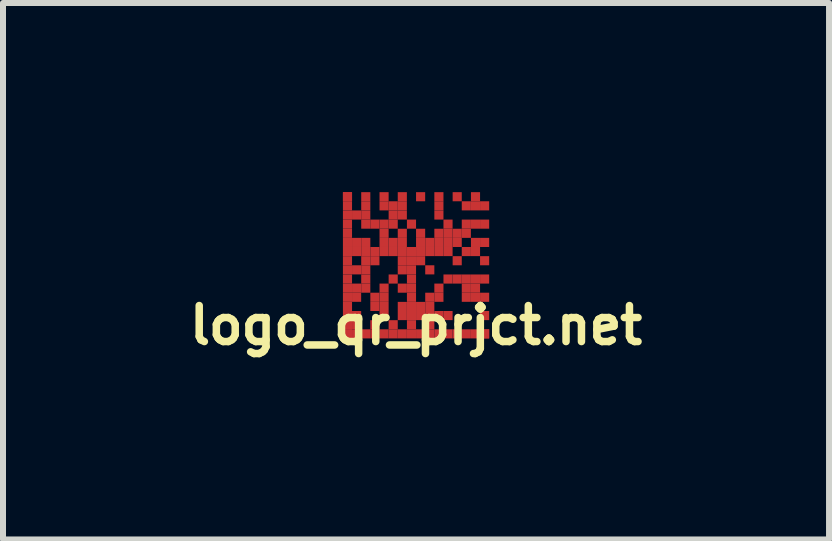
<source format=kicad_pcb>
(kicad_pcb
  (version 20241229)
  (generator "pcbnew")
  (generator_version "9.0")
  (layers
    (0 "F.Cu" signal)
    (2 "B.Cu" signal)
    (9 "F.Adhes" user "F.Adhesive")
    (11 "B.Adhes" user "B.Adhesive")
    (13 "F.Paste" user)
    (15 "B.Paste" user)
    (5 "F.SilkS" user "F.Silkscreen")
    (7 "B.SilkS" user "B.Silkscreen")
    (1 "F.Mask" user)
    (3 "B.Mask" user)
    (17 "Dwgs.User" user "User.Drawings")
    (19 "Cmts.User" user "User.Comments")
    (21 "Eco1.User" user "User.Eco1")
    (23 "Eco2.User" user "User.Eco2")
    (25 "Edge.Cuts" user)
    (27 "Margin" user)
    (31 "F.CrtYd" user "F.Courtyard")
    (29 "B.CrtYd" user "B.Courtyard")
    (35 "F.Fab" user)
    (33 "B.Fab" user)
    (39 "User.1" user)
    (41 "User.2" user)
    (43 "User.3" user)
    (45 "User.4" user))
  (footprint "logo_qr_prjct.net"
    (layer "F.Cu")
    (at 3.885 1.372)
    (property "Reference" "logo_qr_prjct.net" (at 0 1 0) (layer "F.SilkS") (effects (font (size 0.6 0.6) (thickness 0.125))))
    (attr through_hole)
    (pad "" smd rect (at -1.143 -1.143) (size 0.152 0.152) (layers "F.Cu"))
    (pad "" smd rect (at -1.143 -1.143) (size 0.152 0.152) (layers "F.Cu"))
    (pad "" smd rect (at -1.143 -0.991) (size 0.152 0.152) (layers "F.Cu"))
    (pad "" smd rect (at -1.143 -0.838) (size 0.152 0.152) (layers "F.Cu"))
    (pad "" smd rect (at -1.143 -0.686) (size 0.152 0.152) (layers "F.Cu"))
    (pad "" smd rect (at -1.143 -0.533) (size 0.152 0.152) (layers "F.Cu"))
    (pad "" smd rect (at -1.143 -0.381) (size 0.152 0.152) (layers "F.Cu"))
    (pad "" smd rect (at -1.143 -0.229) (size 0.152 0.152) (layers "F.Cu"))
    (pad "" smd rect (at -1.143 -0.076) (size 0.152 0.152) (layers "F.Cu"))
    (pad "" smd rect (at -1.143 0.076) (size 0.152 0.152) (layers "F.Cu"))
    (pad "" smd rect (at -1.143 0.229) (size 0.152 0.152) (layers "F.Cu"))
    (pad "" smd rect (at -1.143 0.381) (size 0.152 0.152) (layers "F.Cu"))
    (pad "" smd rect (at -1.143 0.533) (size 0.152 0.152) (layers "F.Cu"))
    (pad "" smd rect (at -1.143 0.686) (size 0.152 0.152) (layers "F.Cu"))
    (pad "" smd rect (at -1.143 0.838) (size 0.152 0.152) (layers "F.Cu"))
    (pad "" smd rect (at -1.143 0.991) (size 0.152 0.152) (layers "F.Cu"))
    (pad "" smd rect (at -1.143 1.143) (size 0.152 0.152) (layers "F.Cu"))
    (pad "" smd rect (at -1.143 1.143) (size 0.152 0.152) (layers "F.Cu"))
    (pad "" smd rect (at -0.991 -0.838) (size 0.152 0.152) (layers "F.Cu"))
    (pad "" smd rect (at -0.991 -0.381) (size 0.152 0.152) (layers "F.Cu"))
    (pad "" smd rect (at -0.991 -0.229) (size 0.152 0.152) (layers "F.Cu"))
    (pad "" smd rect (at -0.991 0.076) (size 0.152 0.152) (layers "F.Cu"))
    (pad "" smd rect (at -0.991 0.381) (size 0.152 0.152) (layers "F.Cu"))
    (pad "" smd rect (at -0.991 0.533) (size 0.152 0.152) (layers "F.Cu"))
    (pad "" smd rect (at -0.991 0.838) (size 0.152 0.152) (layers "F.Cu"))
    (pad "" smd rect (at -0.991 0.991) (size 0.152 0.152) (layers "F.Cu"))
    (pad "" smd rect (at -0.991 1.143) (size 0.152 0.152) (layers "F.Cu"))
    (pad "" smd rect (at -0.838 -1.143) (size 0.152 0.152) (layers "F.Cu"))
    (pad "" smd rect (at -0.838 -0.991) (size 0.152 0.152) (layers "F.Cu"))
    (pad "" smd rect (at -0.838 -0.838) (size 0.152 0.152) (layers "F.Cu"))
    (pad "" smd rect (at -0.838 -0.686) (size 0.152 0.152) (layers "F.Cu"))
    (pad "" smd rect (at -0.838 -0.381) (size 0.152 0.152) (layers "F.Cu"))
    (pad "" smd rect (at -0.838 -0.229) (size 0.152 0.152) (layers "F.Cu"))
    (pad "" smd rect (at -0.838 -0.076) (size 0.152 0.152) (layers "F.Cu"))
    (pad "" smd rect (at -0.838 0.076) (size 0.152 0.152) (layers "F.Cu"))
    (pad "" smd rect (at -0.838 0.229) (size 0.152 0.152) (layers "F.Cu"))
    (pad "" smd rect (at -0.838 0.381) (size 0.152 0.152) (layers "F.Cu"))
    (pad "" smd rect (at -0.838 1.143) (size 0.152 0.152) (layers "F.Cu"))
    (pad "" smd rect (at -0.686 -0.686) (size 0.152 0.152) (layers "F.Cu"))
    (pad "" smd rect (at -0.686 -0.229) (size 0.152 0.152) (layers "F.Cu"))
    (pad "" smd rect (at -0.686 -0.076) (size 0.152 0.152) (layers "F.Cu"))
    (pad "" smd rect (at -0.686 0.533) (size 0.152 0.152) (layers "F.Cu"))
    (pad "" smd rect (at -0.686 0.686) (size 0.152 0.152) (layers "F.Cu"))
    (pad "" smd rect (at -0.686 0.991) (size 0.152 0.152) (layers "F.Cu"))
    (pad "" smd rect (at -0.686 1.143) (size 0.152 0.152) (layers "F.Cu"))
    (pad "" smd rect (at -0.533 -1.143) (size 0.152 0.152) (layers "F.Cu"))
    (pad "" smd rect (at -0.533 -0.991) (size 0.152 0.152) (layers "F.Cu"))
    (pad "" smd rect (at -0.533 -0.686) (size 0.152 0.152) (layers "F.Cu"))
    (pad "" smd rect (at -0.533 -0.533) (size 0.152 0.152) (layers "F.Cu"))
    (pad "" smd rect (at -0.533 -0.381) (size 0.152 0.152) (layers "F.Cu"))
    (pad "" smd rect (at -0.533 -0.229) (size 0.152 0.152) (layers "F.Cu"))
    (pad "" smd rect (at -0.533 0.381) (size 0.152 0.152) (layers "F.Cu"))
    (pad "" smd rect (at -0.533 0.533) (size 0.152 0.152) (layers "F.Cu"))
    (pad "" smd rect (at -0.533 0.686) (size 0.152 0.152) (layers "F.Cu"))
    (pad "" smd rect (at -0.533 0.838) (size 0.152 0.152) (layers "F.Cu"))
    (pad "" smd rect (at -0.533 1.143) (size 0.152 0.152) (layers "F.Cu"))
    (pad "" smd rect (at -0.381 -0.991) (size 0.152 0.152) (layers "F.Cu"))
    (pad "" smd rect (at -0.381 -0.838) (size 0.152 0.152) (layers "F.Cu"))
    (pad "" smd rect (at -0.381 -0.686) (size 0.152 0.152) (layers "F.Cu"))
    (pad "" smd rect (at -0.381 -0.381) (size 0.152 0.152) (layers "F.Cu"))
    (pad "" smd rect (at -0.381 -0.229) (size 0.152 0.152) (layers "F.Cu"))
    (pad "" smd rect (at -0.381 0.229) (size 0.152 0.152) (layers "F.Cu"))
    (pad "" smd rect (at -0.381 0.991) (size 0.152 0.152) (layers "F.Cu"))
    (pad "" smd rect (at -0.381 1.143) (size 0.152 0.152) (layers "F.Cu"))
    (pad "" smd rect (at -0.229 -1.143) (size 0.152 0.152) (layers "F.Cu"))
    (pad "" smd rect (at -0.229 -0.991) (size 0.152 0.152) (layers "F.Cu"))
    (pad "" smd rect (at -0.229 -0.838) (size 0.152 0.152) (layers "F.Cu"))
    (pad "" smd rect (at -0.229 -0.533) (size 0.152 0.152) (layers "F.Cu"))
    (pad "" smd rect (at -0.229 -0.381) (size 0.152 0.152) (layers "F.Cu"))
    (pad "" smd rect (at -0.229 -0.229) (size 0.152 0.152) (layers "F.Cu"))
    (pad "" smd rect (at -0.229 -0.076) (size 0.152 0.152) (layers "F.Cu"))
    (pad "" smd rect (at -0.229 0.076) (size 0.152 0.152) (layers "F.Cu"))
    (pad "" smd rect (at -0.229 0.381) (size 0.152 0.152) (layers "F.Cu"))
    (pad "" smd rect (at -0.229 0.686) (size 0.152 0.152) (layers "F.Cu"))
    (pad "" smd rect (at -0.229 0.838) (size 0.152 0.152) (layers "F.Cu"))
    (pad "" smd rect (at -0.229 1.143) (size 0.152 0.152) (layers "F.Cu"))
    (pad "" smd rect (at -0.076 -0.686) (size 0.152 0.152) (layers "F.Cu"))
    (pad "" smd rect (at -0.076 -0.229) (size 0.152 0.152) (layers "F.Cu"))
    (pad "" smd rect (at -0.076 -0.076) (size 0.152 0.152) (layers "F.Cu"))
    (pad "" smd rect (at -0.076 0.076) (size 0.152 0.152) (layers "F.Cu"))
    (pad "" smd rect (at -0.076 0.229) (size 0.152 0.152) (layers "F.Cu"))
    (pad "" smd rect (at -0.076 0.381) (size 0.152 0.152) (layers "F.Cu"))
    (pad "" smd rect (at -0.076 0.533) (size 0.152 0.152) (layers "F.Cu"))
    (pad "" smd rect (at -0.076 0.686) (size 0.152 0.152) (layers "F.Cu"))
    (pad "" smd rect (at -0.076 0.838) (size 0.152 0.152) (layers "F.Cu"))
    (pad "" smd rect (at -0.076 0.991) (size 0.152 0.152) (layers "F.Cu"))
    (pad "" smd rect (at -0.076 1.143) (size 0.152 0.152) (layers "F.Cu"))
    (pad "" smd rect (at 0 0) (size 2.743 2.743) (layers "F.Mask"))
    (pad "" smd rect (at 0.076 -1.143) (size 0.152 0.152) (layers "F.Cu"))
    (pad "" smd rect (at 0.076 -0.533) (size 0.152 0.152) (layers "F.Cu"))
    (pad "" smd rect (at 0.076 -0.381) (size 0.152 0.152) (layers "F.Cu"))
    (pad "" smd rect (at 0.076 -0.229) (size 0.152 0.152) (layers "F.Cu"))
    (pad "" smd rect (at 0.076 -0.076) (size 0.152 0.152) (layers "F.Cu"))
    (pad "" smd rect (at 0.076 0.686) (size 0.152 0.152) (layers "F.Cu"))
    (pad "" smd rect (at 0.076 0.838) (size 0.152 0.152) (layers "F.Cu"))
    (pad "" smd rect (at 0.076 1.143) (size 0.152 0.152) (layers "F.Cu"))
    (pad "" smd rect (at 0.229 -0.381) (size 0.152 0.152) (layers "F.Cu"))
    (pad "" smd rect (at 0.229 -0.229) (size 0.152 0.152) (layers "F.Cu"))
    (pad "" smd rect (at 0.229 0.076) (size 0.152 0.152) (layers "F.Cu"))
    (pad "" smd rect (at 0.229 0.533) (size 0.152 0.152) (layers "F.Cu"))
    (pad "" smd rect (at 0.229 0.686) (size 0.152 0.152) (layers "F.Cu"))
    (pad "" smd rect (at 0.229 0.838) (size 0.152 0.152) (layers "F.Cu"))
    (pad "" smd rect (at 0.229 0.991) (size 0.152 0.152) (layers "F.Cu"))
    (pad "" smd rect (at 0.229 1.143) (size 0.152 0.152) (layers "F.Cu"))
    (pad "" smd rect (at 0.381 -1.143) (size 0.152 0.152) (layers "F.Cu"))
    (pad "" smd rect (at 0.381 -0.991) (size 0.152 0.152) (layers "F.Cu"))
    (pad "" smd rect (at 0.381 -0.838) (size 0.152 0.152) (layers "F.Cu"))
    (pad "" smd rect (at 0.381 -0.533) (size 0.152 0.152) (layers "F.Cu"))
    (pad "" smd rect (at 0.381 -0.381) (size 0.152 0.152) (layers "F.Cu"))
    (pad "" smd rect (at 0.381 -0.229) (size 0.152 0.152) (layers "F.Cu"))
    (pad "" smd rect (at 0.381 0.381) (size 0.152 0.152) (layers "F.Cu"))
    (pad "" smd rect (at 0.381 0.533) (size 0.152 0.152) (layers "F.Cu"))
    (pad "" smd rect (at 0.381 0.838) (size 0.152 0.152) (layers "F.Cu"))
    (pad "" smd rect (at 0.381 1.143) (size 0.152 0.152) (layers "F.Cu"))
    (pad "" smd rect (at 0.533 -0.686) (size 0.152 0.152) (layers "F.Cu"))
    (pad "" smd rect (at 0.533 -0.533) (size 0.152 0.152) (layers "F.Cu"))
    (pad "" smd rect (at 0.533 -0.381) (size 0.152 0.152) (layers "F.Cu"))
    (pad "" smd rect (at 0.533 -0.229) (size 0.152 0.152) (layers "F.Cu"))
    (pad "" smd rect (at 0.533 0.229) (size 0.152 0.152) (layers "F.Cu"))
    (pad "" smd rect (at 0.533 0.838) (size 0.152 0.152) (layers "F.Cu"))
    (pad "" smd rect (at 0.533 1.143) (size 0.152 0.152) (layers "F.Cu"))
    (pad "" smd rect (at 0.686 -1.143) (size 0.152 0.152) (layers "F.Cu"))
    (pad "" smd rect (at 0.686 -0.533) (size 0.152 0.152) (layers "F.Cu"))
    (pad "" smd rect (at 0.686 -0.381) (size 0.152 0.152) (layers "F.Cu"))
    (pad "" smd rect (at 0.686 -0.076) (size 0.152 0.152) (layers "F.Cu"))
    (pad "" smd rect (at 0.686 0.229) (size 0.152 0.152) (layers "F.Cu"))
    (pad "" smd rect (at 0.686 1.143) (size 0.152 0.152) (layers "F.Cu"))
    (pad "" smd rect (at 0.838 -0.991) (size 0.152 0.152) (layers "F.Cu"))
    (pad "" smd rect (at 0.838 -0.686) (size 0.152 0.152) (layers "F.Cu"))
    (pad "" smd rect (at 0.838 -0.533) (size 0.152 0.152) (layers "F.Cu"))
    (pad "" smd rect (at 0.838 -0.229) (size 0.152 0.152) (layers "F.Cu"))
    (pad "" smd rect (at 0.838 0.229) (size 0.152 0.152) (layers "F.Cu"))
    (pad "" smd rect (at 0.838 0.381) (size 0.152 0.152) (layers "F.Cu"))
    (pad "" smd rect (at 0.838 0.533) (size 0.152 0.152) (layers "F.Cu"))
    (pad "" smd rect (at 0.838 1.143) (size 0.152 0.152) (layers "F.Cu"))
    (pad "" smd rect (at 0.991 -1.143) (size 0.152 0.152) (layers "F.Cu"))
    (pad "" smd rect (at 0.991 -0.991) (size 0.152 0.152) (layers "F.Cu"))
    (pad "" smd rect (at 0.991 -0.686) (size 0.152 0.152) (layers "F.Cu"))
    (pad "" smd rect (at 0.991 -0.381) (size 0.152 0.152) (layers "F.Cu"))
    (pad "" smd rect (at 0.991 -0.229) (size 0.152 0.152) (layers "F.Cu"))
    (pad "" smd rect (at 0.991 0.229) (size 0.152 0.152) (layers "F.Cu"))
    (pad "" smd rect (at 0.991 0.381) (size 0.152 0.152) (layers "F.Cu"))
    (pad "" smd rect (at 0.991 0.533) (size 0.152 0.152) (layers "F.Cu"))
    (pad "" smd rect (at 0.991 1.143) (size 0.152 0.152) (layers "F.Cu"))
    (pad "" smd rect (at 1.143 -0.991) (size 0.152 0.152) (layers "F.Cu"))
    (pad "" smd rect (at 1.143 -0.686) (size 0.152 0.152) (layers "F.Cu"))
    (pad "" smd rect (at 1.143 -0.381) (size 0.152 0.152) (layers "F.Cu"))
    (pad "" smd rect (at 1.143 -0.076) (size 0.152 0.152) (layers "F.Cu"))
    (pad "" smd rect (at 1.143 0.229) (size 0.152 0.152) (layers "F.Cu"))
    (pad "" smd rect (at 1.143 0.533) (size 0.152 0.152) (layers "F.Cu"))
    (pad "" smd rect (at 1.143 0.838) (size 0.152 0.152) (layers "F.Cu"))
    (pad "" smd rect (at 1.143 1.143) (size 0.152 0.152) (layers "F.Cu"))
    (pad "" smd rect (at 1.143 1.143) (size 0.152 0.152) (layers "F.Cu")))
  (gr_rect
    (start -3 -3)
    (end 10.769 5.942)
    (stroke (width 0.1) (type default))
    (fill no)
    (layer "Edge.Cuts")))
</source>
